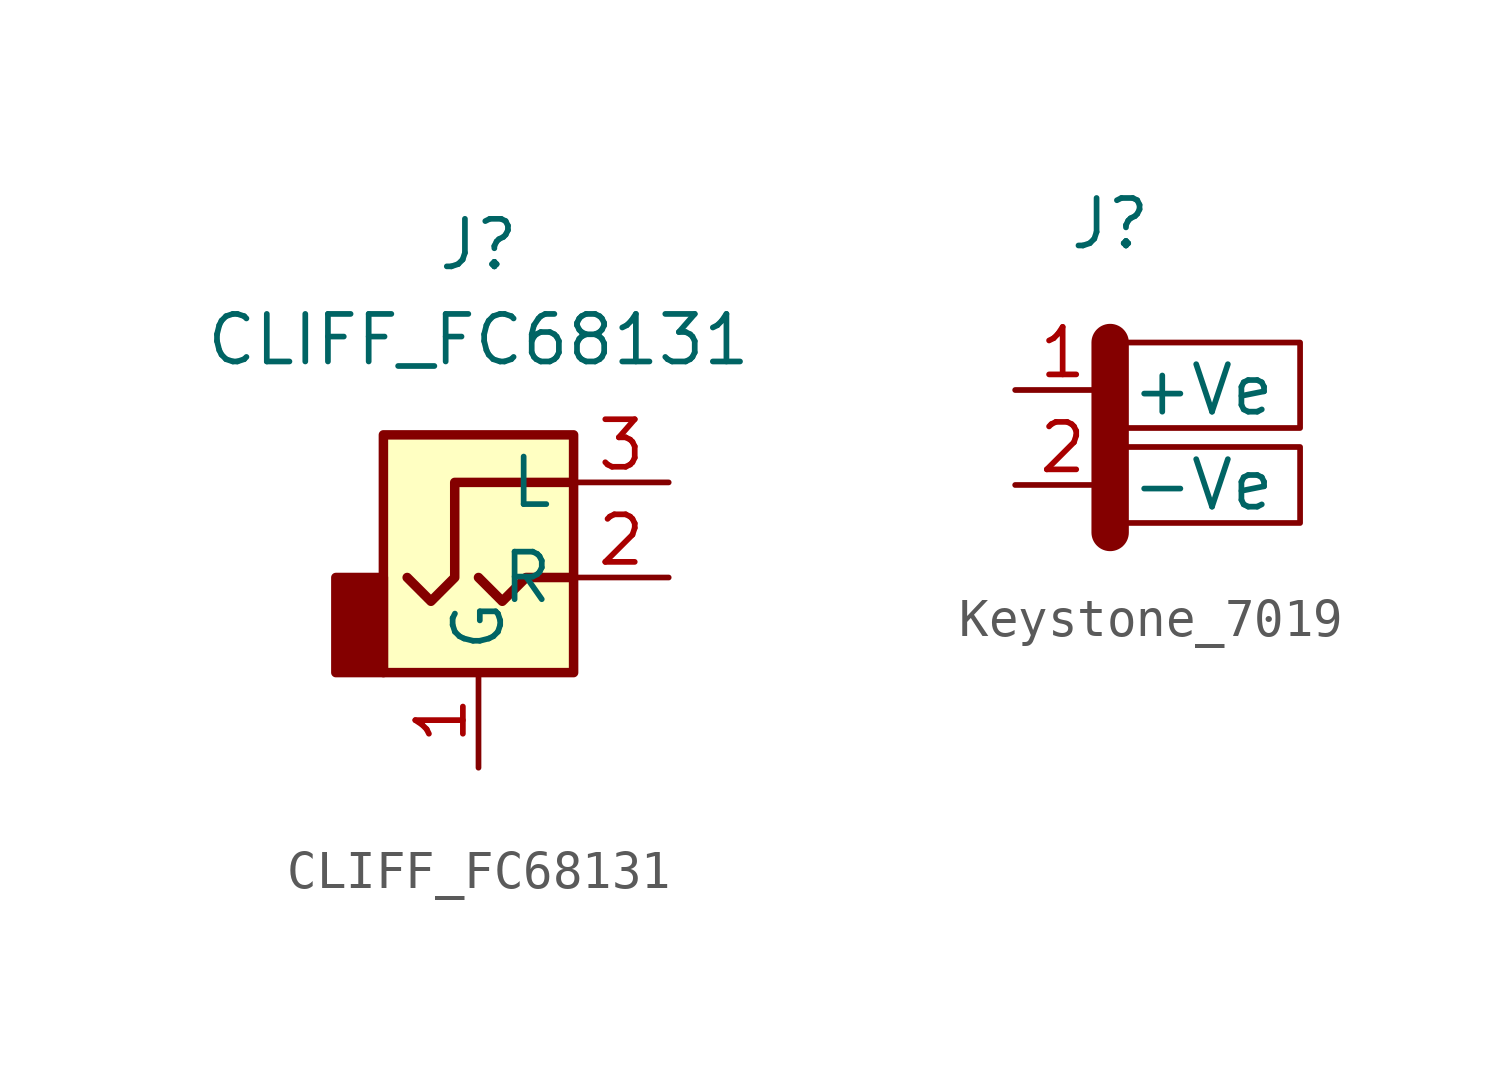
<source format=kicad_sym>
(kicad_symbol_lib
  (version 20220914)
  (generator kicad_symbol_editor)
  (symbol "CLIFF_FC68131"
    (property "Reference" "J"
      (at 0 8.89 0)
      (effects (font (size 1.27 1.27))))
    (property "Value" "CLIFF_FC68131"
      (at 0 6.35 0)
      (effects (font (size 1.27 1.27))))
    (symbol "CLIFF_FC68131_0_1"
      (rectangle (start -2.54 -2.54) (end -3.81 0) (stroke (width 0.254) (type solid)) (fill (type outline)))
      (polyline (pts (xy 0 0) (xy 0.635 -0.635) (xy 1.27 0) (xy 2.54 0)) (stroke (width 0.254) (type solid)) (fill (type none)))
      (polyline (pts (xy 2.54 2.54) (xy -0.635 2.54) (xy -0.635 0) (xy -1.27 -0.635) (xy -1.905 0)) (stroke (width 0.254) (type solid)) (fill (type none)))
      (rectangle (start 2.54 3.81) (end -2.54 -2.54) (stroke (width 0.254) (type solid)) (fill (type background))))
    (symbol "CLIFF_FC68131_1_1"
      (pin passive line (at 0 -5.08 90) (length 2.54) (name "G" (effects (font (size 1.27 1.27)))) (number "1" (effects (font (size 1.27 1.27)))))
      (pin passive line (at 5.08 0 180) (length 2.54) (name "R" (effects (font (size 1.27 1.27)))) (number "2" (effects (font (size 1.27 1.27)))))
      (pin passive line (at 5.08 2.54 180) (length 2.54) (name "L" (effects (font (size 1.27 1.27)))) (number "3" (effects (font (size 1.27 1.27)))))))
  (symbol "Keystone_7019"
    (property "Reference" "J"
      (at 0 5.715 0)
      (effects (font (size 1.27 1.27))))
    (property "Value" ""
      (at 0 0 0)
      (effects (font (size 1.27 1.27))))
    (symbol "Keystone_7019_0_1"
      (rectangle (start 0 2.54) (end 5.08 0.254) (stroke (width 0) (type default)) (fill (type none)))
      (rectangle (start 0.254 -0.254) (end 5.08 -2.286) (stroke (width 0) (type default)) (fill (type none))))
    (symbol "Keystone_7019_1_1"
      (polyline (pts (xy 0 2.54) (xy 0 -2.54)) (stroke (width 1) (type default)) (fill (type none)))
      (pin output line (at -2.54 1.27 0) (length 2.54) (name "+Ve" (effects (font (size 1.27 1.27)))) (number "1" (effects (font (size 1.27 1.27)))))
      (pin output line (at -2.54 -1.27 0) (length 2.54) (name "-Ve" (effects (font (size 1.27 1.27)))) (number "2" (effects (font (size 1.27 1.27))))))))
</source>
